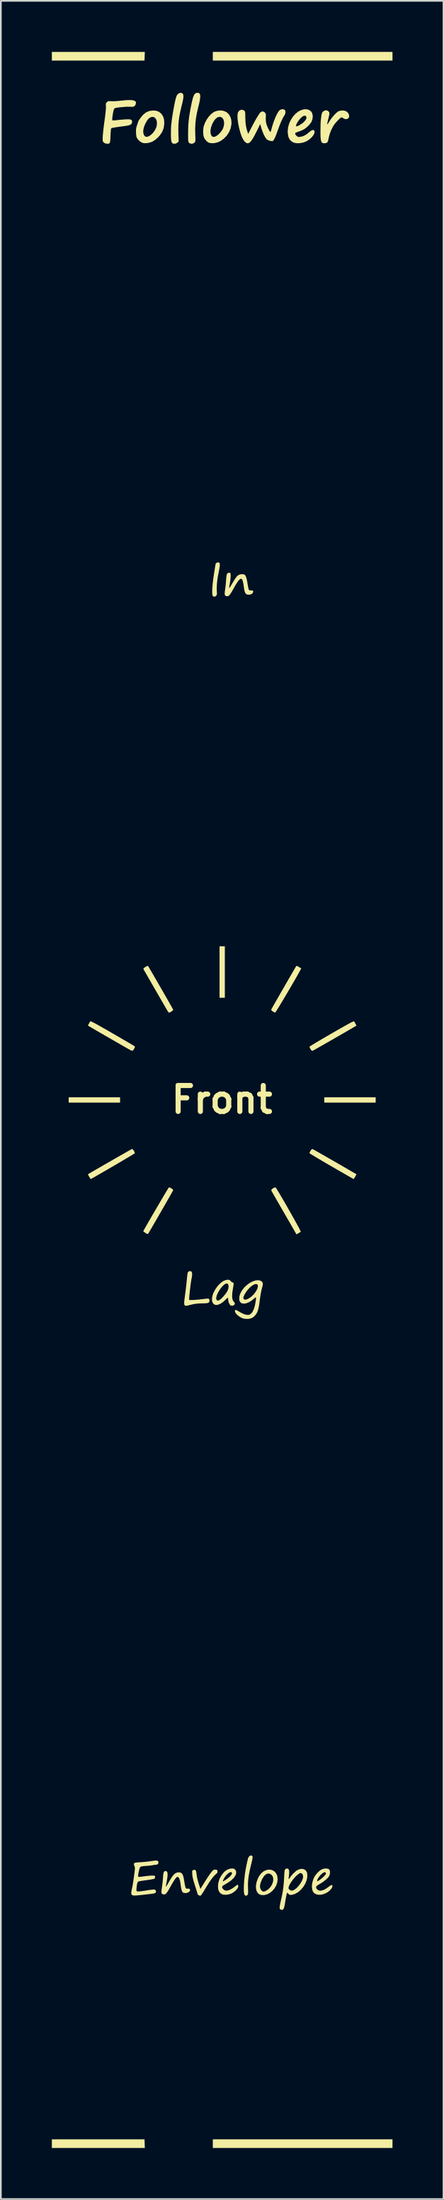
<source format=kicad_pcb>
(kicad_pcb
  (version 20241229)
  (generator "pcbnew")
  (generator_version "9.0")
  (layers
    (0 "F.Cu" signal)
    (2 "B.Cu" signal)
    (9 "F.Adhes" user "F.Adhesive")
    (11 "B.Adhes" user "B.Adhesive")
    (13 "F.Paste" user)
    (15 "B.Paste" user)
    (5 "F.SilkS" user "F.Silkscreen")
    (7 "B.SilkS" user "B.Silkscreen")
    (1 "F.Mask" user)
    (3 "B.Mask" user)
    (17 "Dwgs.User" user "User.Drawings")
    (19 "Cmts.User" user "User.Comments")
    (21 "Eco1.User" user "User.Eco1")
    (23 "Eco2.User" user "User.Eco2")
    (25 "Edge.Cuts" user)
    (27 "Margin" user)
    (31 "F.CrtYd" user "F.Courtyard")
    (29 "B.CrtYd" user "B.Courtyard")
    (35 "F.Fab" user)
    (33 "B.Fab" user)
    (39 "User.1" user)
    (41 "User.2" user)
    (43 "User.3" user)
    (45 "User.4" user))
  (footprint "Front"
    (layer "F.Cu")
    (at 10.002 61.565)
    (property "Reference" "Front" (at 0 0 0) (layer "F.SilkS") (effects (font (size 1.524 1.524) (thickness 0.3))))
    (attr board_only exclude_from_pos_files exclude_from_bom)
    (fp_poly (pts (xy -5.99 0.17) (xy -9.013 0.17) (xy -9.013 -0.141) (xy -5.99 -0.141)) (stroke (width 0) (type solid)) (fill yes) (layer "F.SilkS"))
    (fp_poly (pts (xy 0.17 -5.99) (xy -0.141 -5.99) (xy -0.141 -9.013) (xy 0.17 -9.013)) (stroke (width 0) (type solid)) (fill yes) (layer "F.SilkS"))
    (fp_poly (pts (xy 9.041 0.17) (xy 6.018 0.17) (xy 6.018 -0.141) (xy 9.041 -0.141)) (stroke (width 0) (type solid)) (fill yes) (layer "F.SilkS"))
    (fp_poly (pts (xy 10.03 -61.056) (xy -0.537 -61.056) (xy -0.537 -61.565) (xy 10.03 -61.565)) (stroke (width 0) (type solid)) (fill yes) (layer "F.SilkS"))
    (fp_poly (pts (xy 10.03 61.593) (xy -0.537 61.593) (xy -0.537 61.084) (xy 10.03 61.084)) (stroke (width 0) (type solid)) (fill yes) (layer "F.SilkS"))
    (fp_poly (pts (xy -4.544 -61.31) (xy -4.553 -61.056) (xy -10.002 -61.056) (xy -10.002 -61.565) (xy -4.535 -61.565)) (stroke (width 0) (type solid)) (fill yes) (layer "F.SilkS"))
    (fp_poly (pts (xy -4.544 61.339) (xy -4.535 61.593) (xy -7.268 61.593) (xy -10.002 61.593) (xy -10.002 61.084) (xy -4.553 61.084)) (stroke (width 0) (type solid)) (fill yes) (layer "F.SilkS"))
    (fp_poly (pts (xy -0.185 -31.57) (xy -0.147 -31.54) (xy -0.126 -31.481) (xy -0.125 -31.388) (xy -0.142 -31.253) (xy -0.177 -31.072) (xy -0.178 -31.067) (xy -0.253 -30.671) (xy -0.296 -30.321) (xy -0.306 -30.016) (xy -0.302 -29.915) (xy -0.296 -29.792) (xy -0.296 -29.711) (xy -0.306 -29.66) (xy -0.326 -29.625) (xy -0.341 -29.608) (xy -0.416 -29.561) (xy -0.49 -29.562) (xy -0.537 -29.596) (xy -0.558 -29.654) (xy -0.57 -29.76) (xy -0.571 -29.907) (xy -0.564 -30.087) (xy -0.547 -30.292) (xy -0.521 -30.517) (xy -0.51 -30.599) (xy -0.481 -30.798) (xy -0.453 -30.988) (xy -0.426 -31.16) (xy -0.402 -31.307) (xy -0.382 -31.421) (xy -0.367 -31.494) (xy -0.36 -31.518) (xy -0.293 -31.555) (xy -0.221 -31.573)) (stroke (width 0) (type solid)) (fill yes) (layer "F.SilkS"))
    (fp_poly (pts (xy 1.744 44.412) (xy 1.759 44.419) (xy 1.784 44.438) (xy 1.799 44.468) (xy 1.803 44.517) (xy 1.795 44.591) (xy 1.774 44.699) (xy 1.739 44.847) (xy 1.698 45.011) (xy 1.625 45.322) (xy 1.574 45.596) (xy 1.542 45.846) (xy 1.53 46.085) (xy 1.534 46.327) (xy 1.534 46.337) (xy 1.54 46.495) (xy 1.538 46.607) (xy 1.527 46.681) (xy 1.503 46.728) (xy 1.464 46.757) (xy 1.435 46.769) (xy 1.376 46.765) (xy 1.346 46.746) (xy 1.314 46.68) (xy 1.293 46.562) (xy 1.285 46.395) (xy 1.29 46.183) (xy 1.306 45.927) (xy 1.335 45.632) (xy 1.342 45.573) (xy 1.358 45.454) (xy 1.382 45.308) (xy 1.411 45.146) (xy 1.443 44.982) (xy 1.475 44.827) (xy 1.505 44.694) (xy 1.53 44.596) (xy 1.543 44.555) (xy 1.599 44.46) (xy 1.669 44.41)) (stroke (width 0) (type solid)) (fill yes) (layer "F.SilkS"))
    (fp_poly (pts (xy 3.156 5.16) (xy 3.182 5.191) (xy 3.23 5.265) (xy 3.3 5.377) (xy 3.386 5.52) (xy 3.486 5.69) (xy 3.598 5.88) (xy 3.717 6.085) (xy 3.84 6.3) (xy 3.965 6.519) (xy 4.088 6.736) (xy 4.206 6.946) (xy 4.316 7.144) (xy 4.415 7.323) (xy 4.499 7.478) (xy 4.566 7.604) (xy 4.611 7.696) (xy 4.633 7.746) (xy 4.634 7.755) (xy 4.595 7.787) (xy 4.527 7.831) (xy 4.496 7.849) (xy 4.384 7.912) (xy 4.046 7.325) (xy 3.932 7.128) (xy 3.799 6.898) (xy 3.656 6.65) (xy 3.512 6.401) (xy 3.377 6.167) (xy 3.313 6.056) (xy 3.209 5.877) (xy 3.115 5.711) (xy 3.033 5.567) (xy 2.967 5.451) (xy 2.922 5.37) (xy 2.902 5.33) (xy 2.901 5.329) (xy 2.912 5.287) (xy 2.959 5.238) (xy 3.025 5.192) (xy 3.093 5.161) (xy 3.147 5.156)) (stroke (width 0) (type solid)) (fill yes) (layer "F.SilkS"))
    (fp_poly (pts (xy 5.333 2.902) (xy 5.366 2.919) (xy 5.442 2.961) (xy 5.557 3.025) (xy 5.703 3.108) (xy 5.876 3.207) (xy 6.07 3.318) (xy 6.28 3.438) (xy 6.499 3.563) (xy 6.723 3.692) (xy 6.946 3.82) (xy 7.162 3.945) (xy 7.366 4.063) (xy 7.551 4.171) (xy 7.651 4.229) (xy 7.913 4.382) (xy 7.837 4.522) (xy 7.793 4.598) (xy 7.758 4.648) (xy 7.744 4.661) (xy 7.717 4.647) (xy 7.646 4.607) (xy 7.535 4.544) (xy 7.389 4.461) (xy 7.212 4.36) (xy 7.01 4.244) (xy 6.786 4.115) (xy 6.546 3.976) (xy 6.443 3.917) (xy 6.197 3.774) (xy 5.966 3.639) (xy 5.755 3.514) (xy 5.568 3.403) (xy 5.41 3.308) (xy 5.285 3.232) (xy 5.198 3.178) (xy 5.154 3.147) (xy 5.149 3.143) (xy 5.157 3.102) (xy 5.189 3.035) (xy 5.211 2.998) (xy 5.264 2.926) (xy 5.307 2.899)) (stroke (width 0) (type solid)) (fill yes) (layer "F.SilkS"))
    (fp_poly (pts (xy 7.774 -4.602) (xy 7.803 -4.553) (xy 7.844 -4.479) (xy 7.856 -4.458) (xy 7.911 -4.353) (xy 7.65 -4.2) (xy 7.477 -4.1) (xy 7.284 -3.987) (xy 7.075 -3.866) (xy 6.855 -3.74) (xy 6.632 -3.611) (xy 6.409 -3.483) (xy 6.193 -3.359) (xy 5.989 -3.243) (xy 5.802 -3.137) (xy 5.64 -3.044) (xy 5.506 -2.969) (xy 5.406 -2.913) (xy 5.347 -2.881) (xy 5.333 -2.874) (xy 5.292 -2.876) (xy 5.246 -2.918) (xy 5.211 -2.97) (xy 5.17 -3.044) (xy 5.151 -3.101) (xy 5.151 -3.118) (xy 5.177 -3.138) (xy 5.248 -3.183) (xy 5.359 -3.251) (xy 5.505 -3.339) (xy 5.681 -3.444) (xy 5.884 -3.563) (xy 6.108 -3.694) (xy 6.349 -3.834) (xy 6.456 -3.896) (xy 6.752 -4.066) (xy 7.003 -4.209) (xy 7.211 -4.328) (xy 7.381 -4.422) (xy 7.516 -4.495) (xy 7.619 -4.548) (xy 7.693 -4.583) (xy 7.741 -4.602) (xy 7.768 -4.605)) (stroke (width 0) (type solid)) (fill yes) (layer "F.SilkS"))
    (fp_poly (pts (xy -1.358 -59.15) (xy -1.308 -59.109) (xy -1.28 -59.034) (xy -1.275 -58.923) (xy -1.292 -58.772) (xy -1.33 -58.575) (xy -1.382 -58.363) (xy -1.469 -57.994) (xy -1.528 -57.656) (xy -1.563 -57.334) (xy -1.575 -57.011) (xy -1.569 -56.751) (xy -1.563 -56.582) (xy -1.559 -56.461) (xy -1.56 -56.377) (xy -1.566 -56.321) (xy -1.577 -56.284) (xy -1.596 -56.255) (xy -1.614 -56.235) (xy -1.697 -56.182) (xy -1.796 -56.167) (xy -1.89 -56.191) (xy -1.938 -56.228) (xy -1.957 -56.253) (xy -1.971 -56.287) (xy -1.981 -56.337) (xy -1.986 -56.412) (xy -1.989 -56.521) (xy -1.99 -56.671) (xy -1.99 -56.814) (xy -1.986 -57.065) (xy -1.976 -57.296) (xy -1.956 -57.522) (xy -1.928 -57.755) (xy -1.887 -58.01) (xy -1.834 -58.299) (xy -1.806 -58.441) (xy -1.758 -58.666) (xy -1.714 -58.841) (xy -1.67 -58.971) (xy -1.623 -59.063) (xy -1.571 -59.121) (xy -1.51 -59.153) (xy -1.437 -59.163) (xy -1.431 -59.163)) (stroke (width 0) (type solid)) (fill yes) (layer "F.SilkS"))
    (fp_poly (pts (xy 4.409 -7.859) (xy 4.472 -7.832) (xy 4.53 -7.798) (xy 4.663 -7.714) (xy 4.607 -7.607) (xy 4.549 -7.5) (xy 4.471 -7.361) (xy 4.377 -7.195) (xy 4.269 -7.008) (xy 4.152 -6.805) (xy 4.028 -6.593) (xy 3.9 -6.375) (xy 3.772 -6.159) (xy 3.647 -5.949) (xy 3.529 -5.751) (xy 3.42 -5.571) (xy 3.324 -5.413) (xy 3.244 -5.285) (xy 3.184 -5.19) (xy 3.147 -5.135) (xy 3.136 -5.123) (xy 3.088 -5.133) (xy 3.017 -5.168) (xy 2.989 -5.186) (xy 2.919 -5.242) (xy 2.898 -5.289) (xy 2.901 -5.301) (xy 2.918 -5.333) (xy 2.96 -5.409) (xy 3.024 -5.522) (xy 3.106 -5.667) (xy 3.204 -5.837) (xy 3.313 -6.028) (xy 3.431 -6.234) (xy 3.555 -6.449) (xy 3.681 -6.667) (xy 3.805 -6.883) (xy 3.926 -7.091) (xy 4.038 -7.285) (xy 4.14 -7.461) (xy 4.228 -7.611) (xy 4.298 -7.732) (xy 4.348 -7.816) (xy 4.374 -7.858) (xy 4.377 -7.862)) (stroke (width 0) (type solid)) (fill yes) (layer "F.SilkS"))
    (fp_poly (pts (xy -5.264 2.904) (xy -5.219 2.945) (xy -5.182 2.998) (xy -5.142 3.072) (xy -5.122 3.13) (xy -5.123 3.146) (xy -5.148 3.164) (xy -5.217 3.207) (xy -5.324 3.272) (xy -5.463 3.356) (xy -5.629 3.454) (xy -5.816 3.565) (xy -6.019 3.685) (xy -6.233 3.81) (xy -6.451 3.937) (xy -6.669 4.064) (xy -6.88 4.187) (xy -7.08 4.302) (xy -7.262 4.407) (xy -7.421 4.498) (xy -7.552 4.572) (xy -7.649 4.626) (xy -7.706 4.656) (xy -7.72 4.662) (xy -7.739 4.639) (xy -7.776 4.581) (xy -7.808 4.523) (xy -7.884 4.384) (xy -7.791 4.328) (xy -7.726 4.289) (xy -7.622 4.228) (xy -7.485 4.149) (xy -7.32 4.053) (xy -7.134 3.946) (xy -6.933 3.83) (xy -6.721 3.708) (xy -6.504 3.584) (xy -6.29 3.461) (xy -6.082 3.342) (xy -5.887 3.231) (xy -5.711 3.131) (xy -5.56 3.045) (xy -5.438 2.976) (xy -5.353 2.928) (xy -5.309 2.904) (xy -5.304 2.902)) (stroke (width 0) (type solid)) (fill yes) (layer "F.SilkS"))
    (fp_poly (pts (xy -7.695 -4.596) (xy -7.637 -4.572) (xy -7.552 -4.53) (xy -7.437 -4.469) (xy -7.289 -4.388) (xy -7.104 -4.284) (xy -6.879 -4.156) (xy -6.611 -4.002) (xy -6.464 -3.917) (xy -6.219 -3.776) (xy -5.988 -3.642) (xy -5.776 -3.518) (xy -5.586 -3.408) (xy -5.426 -3.314) (xy -5.298 -3.239) (xy -5.208 -3.185) (xy -5.161 -3.157) (xy -5.156 -3.153) (xy -5.123 -3.126) (xy -5.117 -3.097) (xy -5.138 -3.047) (xy -5.157 -3.01) (xy -5.209 -2.922) (xy -5.253 -2.881) (xy -5.303 -2.879) (xy -5.376 -2.91) (xy -5.384 -2.914) (xy -5.432 -2.941) (xy -5.523 -2.993) (xy -5.65 -3.065) (xy -5.808 -3.155) (xy -5.989 -3.259) (xy -6.187 -3.373) (xy -6.396 -3.493) (xy -6.611 -3.617) (xy -6.824 -3.739) (xy -7.029 -3.858) (xy -7.22 -3.968) (xy -7.391 -4.067) (xy -7.536 -4.151) (xy -7.621 -4.201) (xy -7.882 -4.354) (xy -7.827 -4.459) (xy -7.786 -4.534) (xy -7.752 -4.593) (xy -7.746 -4.602) (xy -7.73 -4.606)) (stroke (width 0) (type solid)) (fill yes) (layer "F.SilkS"))
    (fp_poly (pts (xy -3.077 5.158) (xy -3.008 5.188) (xy -2.97 5.211) (xy -2.898 5.264) (xy -2.871 5.306) (xy -2.874 5.332) (xy -2.891 5.365) (xy -2.934 5.441) (xy -2.998 5.554) (xy -3.08 5.699) (xy -3.178 5.87) (xy -3.287 6.061) (xy -3.405 6.267) (xy -3.529 6.482) (xy -3.655 6.7) (xy -3.779 6.916) (xy -3.899 7.123) (xy -4.012 7.318) (xy -4.114 7.493) (xy -4.201 7.643) (xy -4.271 7.762) (xy -4.321 7.845) (xy -4.346 7.887) (xy -4.349 7.89) (xy -4.381 7.888) (xy -4.444 7.86) (xy -4.502 7.826) (xy -4.573 7.776) (xy -4.617 7.737) (xy -4.625 7.72) (xy -4.573 7.626) (xy -4.501 7.497) (xy -4.411 7.34) (xy -4.307 7.159) (xy -4.192 6.96) (xy -4.069 6.749) (xy -3.941 6.53) (xy -3.813 6.31) (xy -3.686 6.095) (xy -3.564 5.888) (xy -3.451 5.696) (xy -3.349 5.525) (xy -3.262 5.379) (xy -3.192 5.265) (xy -3.144 5.188) (xy -3.121 5.153) (xy -3.119 5.151)) (stroke (width 0) (type solid)) (fill yes) (layer "F.SilkS"))
    (fp_poly (pts (xy -2.332 -59.133) (xy -2.307 -59.111) (xy -2.279 -59.065) (xy -2.265 -58.998) (xy -2.266 -58.906) (xy -2.284 -58.78) (xy -2.317 -58.615) (xy -2.368 -58.404) (xy -2.374 -58.382) (xy -2.45 -58.061) (xy -2.505 -57.775) (xy -2.542 -57.51) (xy -2.561 -57.248) (xy -2.565 -56.974) (xy -2.561 -56.781) (xy -2.544 -56.306) (xy -2.613 -56.237) (xy -2.691 -56.188) (xy -2.786 -56.167) (xy -2.874 -56.177) (xy -2.899 -56.19) (xy -2.937 -56.226) (xy -2.965 -56.281) (xy -2.984 -56.364) (xy -2.995 -56.482) (xy -2.999 -56.643) (xy -3 -56.753) (xy -2.999 -56.909) (xy -2.995 -57.053) (xy -2.991 -57.172) (xy -2.986 -57.251) (xy -2.984 -57.265) (xy -2.972 -57.353) (xy -2.959 -57.466) (xy -2.952 -57.536) (xy -2.936 -57.66) (xy -2.911 -57.826) (xy -2.879 -58.017) (xy -2.843 -58.22) (xy -2.805 -58.42) (xy -2.769 -58.603) (xy -2.736 -58.752) (xy -2.698 -58.894) (xy -2.661 -58.993) (xy -2.618 -59.062) (xy -2.598 -59.084) (xy -2.508 -59.145) (xy -2.415 -59.162)) (stroke (width 0) (type solid)) (fill yes) (layer "F.SilkS"))
    (fp_poly (pts (xy -4.348 -7.862) (xy -4.33 -7.833) (xy -4.287 -7.76) (xy -4.222 -7.65) (xy -4.139 -7.508) (xy -4.041 -7.339) (xy -3.931 -7.15) (xy -3.812 -6.945) (xy -3.689 -6.731) (xy -3.563 -6.513) (xy -3.438 -6.297) (xy -3.319 -6.088) (xy -3.206 -5.892) (xy -3.105 -5.715) (xy -3.018 -5.562) (xy -2.949 -5.44) (xy -2.9 -5.353) (xy -2.876 -5.307) (xy -2.874 -5.303) (xy -2.877 -5.261) (xy -2.923 -5.214) (xy -2.967 -5.184) (xy -3.051 -5.135) (xy -3.105 -5.118) (xy -3.142 -5.134) (xy -3.175 -5.177) (xy -3.197 -5.215) (xy -3.244 -5.295) (xy -3.313 -5.412) (xy -3.399 -5.561) (xy -3.5 -5.735) (xy -3.612 -5.929) (xy -3.731 -6.136) (xy -3.855 -6.35) (xy -3.98 -6.567) (xy -4.103 -6.779) (xy -4.219 -6.981) (xy -4.326 -7.167) (xy -4.421 -7.332) (xy -4.499 -7.468) (xy -4.558 -7.571) (xy -4.593 -7.634) (xy -4.602 -7.65) (xy -4.617 -7.689) (xy -4.607 -7.72) (xy -4.563 -7.758) (xy -4.502 -7.798) (xy -4.426 -7.841) (xy -4.369 -7.863)) (stroke (width 0) (type solid)) (fill yes) (layer "F.SilkS"))
    (fp_poly (pts (xy 2.874 45.246) (xy 3.008 45.291) (xy 3.123 45.376) (xy 3.211 45.501) (xy 3.252 45.61) (xy 3.276 45.798) (xy 3.254 45.988) (xy 3.191 46.17) (xy 3.093 46.34) (xy 2.966 46.488) (xy 2.817 46.608) (xy 2.651 46.693) (xy 2.475 46.735) (xy 2.31 46.73) (xy 2.187 46.684) (xy 2.093 46.596) (xy 2.031 46.474) (xy 2.001 46.323) (xy 2.003 46.17) (xy 2.238 46.17) (xy 2.245 46.312) (xy 2.298 46.428) (xy 2.331 46.466) (xy 2.394 46.516) (xy 2.456 46.53) (xy 2.535 46.508) (xy 2.595 46.48) (xy 2.734 46.386) (xy 2.849 46.266) (xy 2.938 46.127) (xy 2.996 45.981) (xy 3.02 45.835) (xy 3.008 45.7) (xy 2.955 45.586) (xy 2.913 45.539) (xy 2.808 45.476) (xy 2.7 45.466) (xy 2.592 45.51) (xy 2.486 45.606) (xy 2.388 45.752) (xy 2.363 45.799) (xy 2.278 46) (xy 2.238 46.17) (xy 2.003 46.17) (xy 2.003 46.152) (xy 2.039 45.966) (xy 2.108 45.771) (xy 2.187 45.618) (xy 2.301 45.464) (xy 2.434 45.35) (xy 2.579 45.275) (xy 2.728 45.24)) (stroke (width 0) (type solid)) (fill yes) (layer "F.SilkS"))
    (fp_poly (pts (xy -0.376 45.239) (xy -0.305 45.25) (xy -0.272 45.277) (xy -0.26 45.334) (xy -0.26 45.336) (xy -0.263 45.399) (xy -0.296 45.452) (xy -0.352 45.5) (xy -0.459 45.6) (xy -0.585 45.754) (xy -0.731 45.96) (xy -0.896 46.219) (xy -0.977 46.354) (xy -1.059 46.489) (xy -1.133 46.606) (xy -1.195 46.697) (xy -1.237 46.754) (xy -1.253 46.768) (xy -1.306 46.768) (xy -1.359 46.75) (xy -1.414 46.704) (xy -1.436 46.66) (xy -1.447 46.615) (xy -1.474 46.527) (xy -1.511 46.406) (xy -1.557 46.263) (xy -1.588 46.166) (xy -1.655 45.954) (xy -1.701 45.782) (xy -1.731 45.639) (xy -1.745 45.515) (xy -1.745 45.51) (xy -1.751 45.4) (xy -1.75 45.332) (xy -1.739 45.296) (xy -1.714 45.276) (xy -1.692 45.266) (xy -1.614 45.248) (xy -1.56 45.264) (xy -1.524 45.32) (xy -1.502 45.423) (xy -1.493 45.506) (xy -1.471 45.657) (xy -1.431 45.838) (xy -1.377 46.028) (xy -1.37 46.051) (xy -1.266 46.373) (xy -1.181 46.234) (xy -1.039 46.005) (xy -0.907 45.798) (xy -0.791 45.622) (xy -0.693 45.48) (xy -0.617 45.379) (xy -0.588 45.345) (xy -0.521 45.277) (xy -0.468 45.245) (xy -0.409 45.237)) (stroke (width 0) (type solid)) (fill yes) (layer "F.SilkS"))
    (fp_poly (pts (xy -1.828 10.077) (xy -1.812 10.085) (xy -1.768 10.139) (xy -1.751 10.238) (xy -1.761 10.376) (xy -1.779 10.468) (xy -1.798 10.566) (xy -1.819 10.697) (xy -1.841 10.85) (xy -1.862 11.017) (xy -1.882 11.187) (xy -1.9 11.352) (xy -1.915 11.501) (xy -1.924 11.625) (xy -1.929 11.714) (xy -1.926 11.759) (xy -1.924 11.762) (xy -1.886 11.77) (xy -1.801 11.771) (xy -1.678 11.767) (xy -1.527 11.757) (xy -1.356 11.742) (xy -1.176 11.722) (xy -1.003 11.701) (xy -0.878 11.687) (xy -0.798 11.69) (xy -0.754 11.712) (xy -0.737 11.758) (xy -0.735 11.796) (xy -0.74 11.86) (xy -0.762 11.906) (xy -0.809 11.936) (xy -0.889 11.955) (xy -1.009 11.964) (xy -1.169 11.967) (xy -1.38 11.974) (xy -1.558 11.992) (xy -1.726 12.024) (xy -1.766 12.033) (xy -1.905 12.068) (xy -2 12.091) (xy -2.062 12.103) (xy -2.101 12.108) (xy -2.128 12.107) (xy -2.153 12.101) (xy -2.154 12.101) (xy -2.189 12.082) (xy -2.211 12.042) (xy -2.22 11.973) (xy -2.217 11.868) (xy -2.202 11.722) (xy -2.179 11.55) (xy -2.154 11.366) (xy -2.127 11.151) (xy -2.102 10.929) (xy -2.08 10.725) (xy -2.077 10.694) (xy -2.061 10.535) (xy -2.046 10.393) (xy -2.032 10.277) (xy -2.022 10.2) (xy -2.018 10.177) (xy -1.978 10.109) (xy -1.908 10.072)) (stroke (width 0) (type solid)) (fill yes) (layer "F.SilkS"))
    (fp_poly (pts (xy 0.124 -58.093) (xy 0.276 -58.021) (xy 0.398 -57.909) (xy 0.428 -57.867) (xy 0.507 -57.716) (xy 0.55 -57.563) (xy 0.561 -57.39) (xy 0.556 -57.304) (xy 0.512 -57.072) (xy 0.417 -56.848) (xy 0.28 -56.641) (xy 0.105 -56.462) (xy -0.1 -56.319) (xy -0.12 -56.308) (xy -0.269 -56.247) (xy -0.432 -56.209) (xy -0.59 -56.199) (xy -0.727 -56.217) (xy -0.777 -56.235) (xy -0.898 -56.318) (xy -1.002 -56.44) (xy -1.06 -56.547) (xy -1.088 -56.652) (xy -1.102 -56.792) (xy -1.102 -56.818) (xy -0.674 -56.818) (xy -0.642 -56.69) (xy -0.636 -56.678) (xy -0.579 -56.599) (xy -0.508 -56.568) (xy -0.414 -56.583) (xy -0.352 -56.609) (xy -0.259 -56.67) (xy -0.155 -56.766) (xy -0.055 -56.879) (xy 0.025 -56.993) (xy 0.057 -57.053) (xy 0.11 -57.213) (xy 0.129 -57.367) (xy 0.116 -57.506) (xy 0.073 -57.621) (xy 0.003 -57.704) (xy -0.091 -57.747) (xy -0.135 -57.75) (xy -0.25 -57.726) (xy -0.358 -57.65) (xy -0.464 -57.521) (xy -0.477 -57.501) (xy -0.57 -57.328) (xy -0.636 -57.149) (xy -0.671 -56.975) (xy -0.674 -56.818) (xy -1.102 -56.818) (xy -1.103 -56.946) (xy -1.091 -57.095) (xy -1.072 -57.192) (xy -0.999 -57.395) (xy -0.896 -57.591) (xy -0.77 -57.769) (xy -0.63 -57.918) (xy -0.484 -58.027) (xy -0.421 -58.06) (xy -0.235 -58.115) (xy -0.05 -58.126)) (stroke (width 0) (type solid)) (fill yes) (layer "F.SilkS"))
    (fp_poly (pts (xy -3.853 -58.104) (xy -3.701 -58.045) (xy -3.576 -57.942) (xy -3.531 -57.887) (xy -3.457 -57.762) (xy -3.412 -57.627) (xy -3.394 -57.466) (xy -3.395 -57.314) (xy -3.43 -57.083) (xy -3.512 -56.869) (xy -3.647 -56.668) (xy -3.761 -56.541) (xy -3.945 -56.383) (xy -4.13 -56.276) (xy -4.323 -56.217) (xy -4.43 -56.205) (xy -4.546 -56.201) (xy -4.632 -56.212) (xy -4.711 -56.241) (xy -4.746 -56.258) (xy -4.849 -56.329) (xy -4.941 -56.423) (xy -4.956 -56.444) (xy -4.999 -56.511) (xy -5.025 -56.575) (xy -5.04 -56.656) (xy -5.05 -56.769) (xy -5.052 -56.811) (xy -5.055 -56.947) (xy -5.054 -56.964) (xy -4.627 -56.964) (xy -4.626 -56.808) (xy -4.586 -56.681) (xy -4.545 -56.622) (xy -4.469 -56.576) (xy -4.373 -56.581) (xy -4.254 -56.635) (xy -4.196 -56.674) (xy -4.069 -56.791) (xy -3.956 -56.941) (xy -3.873 -57.102) (xy -3.838 -57.214) (xy -3.82 -57.384) (xy -3.84 -57.526) (xy -3.89 -57.636) (xy -3.964 -57.711) (xy -4.056 -57.747) (xy -4.157 -57.74) (xy -4.263 -57.687) (xy -4.367 -57.583) (xy -4.402 -57.532) (xy -4.514 -57.333) (xy -4.589 -57.141) (xy -4.627 -56.964) (xy -5.054 -56.964) (xy -5.048 -57.053) (xy -5.027 -57.153) (xy -4.99 -57.27) (xy -4.954 -57.373) (xy -4.926 -57.457) (xy -4.91 -57.506) (xy -4.909 -57.51) (xy -4.888 -57.55) (xy -4.886 -57.553) (xy -4.862 -57.582) (xy -4.818 -57.643) (xy -4.782 -57.697) (xy -4.63 -57.881) (xy -4.461 -58.013) (xy -4.272 -58.093) (xy -4.062 -58.122) (xy -4.041 -58.123)) (stroke (width 0) (type solid)) (fill yes) (layer "F.SilkS"))
    (fp_poly (pts (xy 6.206 45.179) (xy 6.289 45.211) (xy 6.3 45.219) (xy 6.345 45.295) (xy 6.359 45.401) (xy 6.341 45.52) (xy 6.293 45.635) (xy 6.289 45.642) (xy 6.217 45.732) (xy 6.106 45.835) (xy 5.968 45.943) (xy 5.814 46.045) (xy 5.7 46.111) (xy 5.593 46.18) (xy 5.541 46.247) (xy 5.542 46.317) (xy 5.594 46.394) (xy 5.607 46.408) (xy 5.703 46.466) (xy 5.824 46.476) (xy 5.967 46.438) (xy 6.128 46.353) (xy 6.264 46.255) (xy 6.346 46.195) (xy 6.415 46.153) (xy 6.455 46.138) (xy 6.49 46.16) (xy 6.496 46.216) (xy 6.475 46.291) (xy 6.445 46.345) (xy 6.331 46.477) (xy 6.184 46.584) (xy 6.017 46.664) (xy 5.843 46.71) (xy 5.676 46.717) (xy 5.552 46.69) (xy 5.433 46.626) (xy 5.354 46.532) (xy 5.313 46.425) (xy 5.289 46.249) (xy 5.305 46.05) (xy 5.345 45.896) (xy 5.594 45.896) (xy 5.613 45.914) (xy 5.667 45.895) (xy 5.748 45.845) (xy 5.851 45.766) (xy 5.934 45.694) (xy 6.037 45.596) (xy 6.098 45.522) (xy 6.119 45.467) (xy 6.105 45.424) (xy 6.095 45.412) (xy 6.059 45.386) (xy 6.017 45.391) (xy 5.97 45.413) (xy 5.882 45.474) (xy 5.79 45.564) (xy 5.705 45.667) (xy 5.638 45.771) (xy 5.599 45.86) (xy 5.594 45.896) (xy 5.345 45.896) (xy 5.358 45.844) (xy 5.427 45.681) (xy 5.501 45.566) (xy 5.602 45.444) (xy 5.714 45.333) (xy 5.822 45.25) (xy 5.857 45.23) (xy 5.971 45.189) (xy 6.093 45.172)) (stroke (width 0) (type solid)) (fill yes) (layer "F.SilkS"))
    (fp_poly (pts (xy 0.66 45.175) (xy 0.72 45.191) (xy 0.767 45.229) (xy 0.785 45.249) (xy 0.835 45.348) (xy 0.836 45.463) (xy 0.791 45.588) (xy 0.7 45.719) (xy 0.568 45.849) (xy 0.501 45.902) (xy 0.397 45.974) (xy 0.294 46.041) (xy 0.213 46.087) (xy 0.212 46.088) (xy 0.092 46.155) (xy 0.024 46.214) (xy 0.005 46.272) (xy 0.032 46.336) (xy 0.083 46.395) (xy 0.171 46.459) (xy 0.259 46.477) (xy 0.371 46.457) (xy 0.506 46.402) (xy 0.649 46.319) (xy 0.773 46.226) (xy 0.847 46.168) (xy 0.907 46.132) (xy 0.935 46.126) (xy 0.953 46.163) (xy 0.961 46.226) (xy 0.938 46.301) (xy 0.876 46.391) (xy 0.786 46.484) (xy 0.68 46.57) (xy 0.568 46.637) (xy 0.565 46.638) (xy 0.417 46.69) (xy 0.255 46.715) (xy 0.104 46.712) (xy 0.06 46.704) (xy -0.024 46.668) (xy -0.107 46.609) (xy -0.118 46.599) (xy -0.186 46.493) (xy -0.225 46.35) (xy -0.232 46.183) (xy -0.209 46.002) (xy -0.182 45.909) (xy 0.053 45.909) (xy 0.064 45.927) (xy 0.108 45.91) (xy 0.189 45.858) (xy 0.302 45.78) (xy 0.428 45.682) (xy 0.521 45.588) (xy 0.578 45.505) (xy 0.595 45.439) (xy 0.568 45.394) (xy 0.553 45.387) (xy 0.487 45.389) (xy 0.402 45.432) (xy 0.309 45.508) (xy 0.218 45.609) (xy 0.138 45.725) (xy 0.113 45.771) (xy 0.071 45.857) (xy 0.053 45.909) (xy -0.182 45.909) (xy -0.155 45.819) (xy -0.121 45.738) (xy -0.000058 45.529) (xy 0.14 45.365) (xy 0.295 45.25) (xy 0.461 45.186) (xy 0.566 45.173)) (stroke (width 0) (type solid)) (fill yes) (layer "F.SilkS"))
    (fp_poly (pts (xy 5.066 -58.174) (xy 5.113 -58.157) (xy 5.229 -58.085) (xy 5.303 -57.979) (xy 5.337 -57.833) (xy 5.34 -57.768) (xy 5.322 -57.604) (xy 5.263 -57.454) (xy 5.159 -57.307) (xy 5.061 -57.205) (xy 4.935 -57.095) (xy 4.812 -57.011) (xy 4.672 -56.942) (xy 4.496 -56.878) (xy 4.483 -56.874) (xy 4.372 -56.833) (xy 4.312 -56.794) (xy 4.301 -56.749) (xy 4.336 -56.691) (xy 4.381 -56.643) (xy 4.439 -56.591) (xy 4.492 -56.568) (xy 4.564 -56.568) (xy 4.605 -56.573) (xy 4.796 -56.622) (xy 4.981 -56.725) (xy 5.111 -56.833) (xy 5.229 -56.928) (xy 5.324 -56.974) (xy 5.395 -56.97) (xy 5.423 -56.947) (xy 5.45 -56.874) (xy 5.433 -56.78) (xy 5.379 -56.674) (xy 5.294 -56.564) (xy 5.183 -56.456) (xy 5.051 -56.36) (xy 4.951 -56.304) (xy 4.782 -56.24) (xy 4.6 -56.205) (xy 4.421 -56.199) (xy 4.263 -56.223) (xy 4.194 -56.248) (xy 4.061 -56.333) (xy 3.964 -56.447) (xy 3.902 -56.597) (xy 3.872 -56.788) (xy 3.868 -56.921) (xy 3.892 -57.144) (xy 3.912 -57.212) (xy 4.357 -57.212) (xy 4.373 -57.19) (xy 4.418 -57.196) (xy 4.499 -57.232) (xy 4.582 -57.275) (xy 4.71 -57.357) (xy 4.823 -57.452) (xy 4.91 -57.552) (xy 4.962 -57.645) (xy 4.973 -57.697) (xy 4.952 -57.776) (xy 4.897 -57.816) (xy 4.816 -57.811) (xy 4.78 -57.795) (xy 4.683 -57.726) (xy 4.58 -57.62) (xy 4.483 -57.495) (xy 4.406 -57.369) (xy 4.364 -57.263) (xy 4.357 -57.212) (xy 3.912 -57.212) (xy 3.957 -57.368) (xy 4.058 -57.582) (xy 4.188 -57.777) (xy 4.34 -57.944) (xy 4.51 -58.074) (xy 4.689 -58.157) (xy 4.697 -58.16) (xy 4.839 -58.193) (xy 4.955 -58.198)) (stroke (width 0) (type solid)) (fill yes) (layer "F.SilkS"))
    (fp_poly (pts (xy -3.255 45.337) (xy -3.214 45.392) (xy -3.196 45.488) (xy -3.2 45.628) (xy -3.226 45.816) (xy -3.25 45.946) (xy -3.273 46.066) (xy -3.289 46.163) (xy -3.297 46.225) (xy -3.296 46.242) (xy -3.278 46.224) (xy -3.239 46.166) (xy -3.185 46.078) (xy -3.135 45.991) (xy -3.021 45.796) (xy -2.924 45.647) (xy -2.838 45.539) (xy -2.758 45.466) (xy -2.677 45.422) (xy -2.592 45.401) (xy -2.542 45.398) (xy -2.45 45.408) (xy -2.378 45.443) (xy -2.322 45.51) (xy -2.278 45.615) (xy -2.242 45.766) (xy -2.217 45.919) (xy -2.195 46.05) (xy -2.173 46.168) (xy -2.152 46.257) (xy -2.142 46.289) (xy -2.112 46.344) (xy -2.07 46.36) (xy -2.017 46.355) (xy -1.931 46.358) (xy -1.881 46.396) (xy -1.875 46.464) (xy -1.879 46.476) (xy -1.926 46.542) (xy -2.01 46.59) (xy -2.112 46.614) (xy -2.214 46.612) (xy -2.296 46.58) (xy -2.312 46.567) (xy -2.351 46.498) (xy -2.388 46.377) (xy -2.419 46.205) (xy -2.444 46.008) (xy -2.467 45.882) (xy -2.505 45.774) (xy -2.551 45.696) (xy -2.601 45.659) (xy -2.611 45.658) (xy -2.662 45.682) (xy -2.731 45.757) (xy -2.819 45.882) (xy -2.926 46.058) (xy -3.014 46.215) (xy -3.113 46.392) (xy -3.193 46.523) (xy -3.259 46.614) (xy -3.317 46.67) (xy -3.372 46.695) (xy -3.429 46.695) (xy -3.494 46.675) (xy -3.496 46.674) (xy -3.53 46.654) (xy -3.55 46.62) (xy -3.558 46.562) (xy -3.554 46.474) (xy -3.539 46.345) (xy -3.52 46.216) (xy -3.499 46.057) (xy -3.48 45.88) (xy -3.467 45.718) (xy -3.466 45.697) (xy -3.454 45.538) (xy -3.434 45.427) (xy -3.404 45.359) (xy -3.361 45.325) (xy -3.32 45.319)) (stroke (width 0) (type solid)) (fill yes) (layer "F.SilkS"))
    (fp_poly (pts (xy 0.451 10.596) (xy 0.521 10.66) (xy 0.526 10.666) (xy 0.575 10.717) (xy 0.622 10.736) (xy 0.659 10.744) (xy 0.68 10.771) (xy 0.686 10.828) (xy 0.677 10.92) (xy 0.654 11.058) (xy 0.648 11.091) (xy 0.61 11.338) (xy 0.598 11.537) (xy 0.611 11.693) (xy 0.651 11.81) (xy 0.716 11.891) (xy 0.757 11.951) (xy 0.753 12.013) (xy 0.713 12.066) (xy 0.648 12.1) (xy 0.567 12.106) (xy 0.52 12.093) (xy 0.468 12.047) (xy 0.42 11.964) (xy 0.384 11.861) (xy 0.368 11.757) (xy 0.367 11.744) (xy 0.363 11.675) (xy 0.353 11.635) (xy 0.352 11.634) (xy 0.326 11.646) (xy 0.274 11.69) (xy 0.205 11.758) (xy 0.193 11.77) (xy 0.067 11.884) (xy -0.069 11.977) (xy -0.202 12.039) (xy -0.317 12.064) (xy -0.324 12.064) (xy -0.435 12.041) (xy -0.516 11.974) (xy -0.568 11.872) (xy -0.588 11.74) (xy -0.585 11.716) (xy -0.336 11.716) (xy -0.305 11.776) (xy -0.267 11.804) (xy -0.222 11.804) (xy -0.152 11.773) (xy -0.143 11.769) (xy -0.068 11.715) (xy 0.025 11.626) (xy 0.124 11.517) (xy 0.218 11.401) (xy 0.294 11.29) (xy 0.325 11.235) (xy 0.373 11.109) (xy 0.391 10.992) (xy 0.381 10.893) (xy 0.344 10.824) (xy 0.282 10.793) (xy 0.271 10.793) (xy 0.206 10.815) (xy 0.122 10.876) (xy 0.028 10.965) (xy -0.065 11.073) (xy -0.123 11.155) (xy -0.227 11.327) (xy -0.298 11.483) (xy -0.335 11.614) (xy -0.336 11.716) (xy -0.585 11.716) (xy -0.574 11.586) (xy -0.526 11.415) (xy -0.486 11.321) (xy -0.365 11.102) (xy -0.223 10.912) (xy -0.068 10.759) (xy 0.093 10.648) (xy 0.223 10.596) (xy 0.354 10.576)) (stroke (width 0) (type solid)) (fill yes) (layer "F.SilkS"))
    (fp_poly (pts (xy 6.247 -58.09) (xy 6.304 -58.023) (xy 6.305 -58.021) (xy 6.317 -57.977) (xy 6.317 -57.918) (xy 6.303 -57.831) (xy 6.274 -57.706) (xy 6.262 -57.659) (xy 6.231 -57.533) (xy 6.206 -57.423) (xy 6.191 -57.343) (xy 6.188 -57.312) (xy 6.2 -57.31) (xy 6.234 -57.35) (xy 6.284 -57.425) (xy 6.319 -57.483) (xy 6.406 -57.614) (xy 6.514 -57.755) (xy 6.622 -57.879) (xy 6.638 -57.896) (xy 6.739 -57.992) (xy 6.817 -58.054) (xy 6.886 -58.091) (xy 6.952 -58.109) (xy 7.12 -58.124) (xy 7.264 -58.096) (xy 7.375 -58.03) (xy 7.449 -57.927) (xy 7.463 -57.889) (xy 7.483 -57.804) (xy 7.477 -57.744) (xy 7.456 -57.698) (xy 7.392 -57.635) (xy 7.302 -57.611) (xy 7.203 -57.63) (xy 7.145 -57.664) (xy 7.081 -57.703) (xy 7.031 -57.722) (xy 7.028 -57.722) (xy 6.991 -57.702) (xy 6.928 -57.649) (xy 6.847 -57.572) (xy 6.761 -57.481) (xy 6.677 -57.387) (xy 6.607 -57.299) (xy 6.6 -57.29) (xy 6.508 -57.141) (xy 6.42 -56.958) (xy 6.345 -56.762) (xy 6.293 -56.575) (xy 6.289 -56.56) (xy 6.261 -56.426) (xy 6.238 -56.337) (xy 6.216 -56.281) (xy 6.192 -56.247) (xy 6.16 -56.225) (xy 6.158 -56.224) (xy 6.082 -56.202) (xy 5.994 -56.198) (xy 5.916 -56.213) (xy 5.879 -56.236) (xy 5.846 -56.291) (xy 5.822 -56.369) (xy 5.806 -56.477) (xy 5.797 -56.623) (xy 5.794 -56.815) (xy 5.795 -56.917) (xy 5.797 -57.103) (xy 5.799 -57.245) (xy 5.802 -57.356) (xy 5.807 -57.447) (xy 5.813 -57.532) (xy 5.823 -57.623) (xy 5.833 -57.708) (xy 5.854 -57.859) (xy 5.881 -57.965) (xy 5.92 -58.037) (xy 5.976 -58.085) (xy 6.058 -58.121) (xy 6.082 -58.128) (xy 6.165 -58.129)) (stroke (width 0) (type solid)) (fill yes) (layer "F.SilkS"))
    (fp_poly (pts (xy 0.476 -30.955) (xy 0.495 -30.937) (xy 0.508 -30.882) (xy 0.512 -30.786) (xy 0.507 -30.661) (xy 0.494 -30.523) (xy 0.474 -30.384) (xy 0.457 -30.295) (xy 0.436 -30.19) (xy 0.424 -30.109) (xy 0.424 -30.066) (xy 0.427 -30.062) (xy 0.45 -30.085) (xy 0.493 -30.146) (xy 0.547 -30.233) (xy 0.567 -30.267) (xy 0.678 -30.456) (xy 0.769 -30.6) (xy 0.844 -30.705) (xy 0.908 -30.778) (xy 0.966 -30.824) (xy 0.969 -30.826) (xy 1.071 -30.866) (xy 1.188 -30.88) (xy 1.294 -30.867) (xy 1.327 -30.853) (xy 1.38 -30.797) (xy 1.428 -30.687) (xy 1.471 -30.522) (xy 1.509 -30.302) (xy 1.511 -30.291) (xy 1.532 -30.165) (xy 1.554 -30.058) (xy 1.575 -29.983) (xy 1.587 -29.957) (xy 1.639 -29.928) (xy 1.693 -29.922) (xy 1.778 -29.924) (xy 1.821 -29.911) (xy 1.835 -29.876) (xy 1.836 -29.852) (xy 1.811 -29.771) (xy 1.742 -29.71) (xy 1.641 -29.676) (xy 1.558 -29.672) (xy 1.478 -29.684) (xy 1.417 -29.715) (xy 1.372 -29.771) (xy 1.337 -29.86) (xy 1.309 -29.992) (xy 1.287 -30.137) (xy 1.257 -30.331) (xy 1.226 -30.471) (xy 1.192 -30.561) (xy 1.151 -30.605) (xy 1.101 -30.606) (xy 1.04 -30.567) (xy 0.992 -30.52) (xy 0.939 -30.453) (xy 0.87 -30.35) (xy 0.791 -30.224) (xy 0.713 -30.089) (xy 0.706 -30.076) (xy 0.609 -29.902) (xy 0.532 -29.773) (xy 0.47 -29.682) (xy 0.418 -29.624) (xy 0.371 -29.593) (xy 0.325 -29.582) (xy 0.315 -29.582) (xy 0.247 -29.59) (xy 0.209 -29.603) (xy 0.176 -29.646) (xy 0.162 -29.72) (xy 0.167 -29.834) (xy 0.187 -29.981) (xy 0.206 -30.116) (xy 0.224 -30.281) (xy 0.238 -30.449) (xy 0.243 -30.528) (xy 0.256 -30.683) (xy 0.273 -30.805) (xy 0.293 -30.885) (xy 0.301 -30.902) (xy 0.351 -30.947) (xy 0.418 -30.966)) (stroke (width 0) (type solid)) (fill yes) (layer "F.SilkS"))
    (fp_poly (pts (xy 3.921 45.215) (xy 3.951 45.305) (xy 3.955 45.445) (xy 3.935 45.636) (xy 3.93 45.665) (xy 3.919 45.756) (xy 3.926 45.793) (xy 3.951 45.778) (xy 3.99 45.721) (xy 4.07 45.609) (xy 4.176 45.489) (xy 4.29 45.377) (xy 4.397 45.291) (xy 4.428 45.271) (xy 4.575 45.208) (xy 4.713 45.192) (xy 4.835 45.22) (xy 4.932 45.289) (xy 4.997 45.397) (xy 5.016 45.473) (xy 5.02 45.67) (xy 4.977 45.874) (xy 4.894 46.074) (xy 4.777 46.263) (xy 4.634 46.431) (xy 4.471 46.569) (xy 4.293 46.668) (xy 4.12 46.718) (xy 4.034 46.726) (xy 3.978 46.715) (xy 3.928 46.678) (xy 3.912 46.662) (xy 3.861 46.616) (xy 3.831 46.595) (xy 3.828 46.596) (xy 3.817 46.628) (xy 3.8 46.704) (xy 3.778 46.812) (xy 3.754 46.938) (xy 3.73 47.072) (xy 3.709 47.2) (xy 3.701 47.254) (xy 3.67 47.419) (xy 3.631 47.531) (xy 3.581 47.592) (xy 3.518 47.606) (xy 3.44 47.577) (xy 3.41 47.548) (xy 3.395 47.498) (xy 3.396 47.422) (xy 3.413 47.309) (xy 3.446 47.153) (xy 3.459 47.094) (xy 3.526 46.793) (xy 3.577 46.522) (xy 3.605 46.318) (xy 3.912 46.318) (xy 3.923 46.364) (xy 3.968 46.411) (xy 3.971 46.414) (xy 4.06 46.467) (xy 4.153 46.469) (xy 4.256 46.423) (xy 4.381 46.328) (xy 4.501 46.203) (xy 4.61 46.06) (xy 4.697 45.912) (xy 4.755 45.771) (xy 4.775 45.656) (xy 4.758 45.55) (xy 4.712 45.474) (xy 4.646 45.439) (xy 4.599 45.441) (xy 4.517 45.482) (xy 4.416 45.563) (xy 4.306 45.672) (xy 4.195 45.801) (xy 4.092 45.938) (xy 4.006 46.072) (xy 3.945 46.195) (xy 3.928 46.245) (xy 3.912 46.318) (xy 3.605 46.318) (xy 3.614 46.258) (xy 3.641 45.982) (xy 3.66 45.67) (xy 3.661 45.658) (xy 3.669 45.491) (xy 3.678 45.372) (xy 3.689 45.292) (xy 3.705 45.241) (xy 3.727 45.21) (xy 3.76 45.192) (xy 3.785 45.182) (xy 3.866 45.174)) (stroke (width 0) (type solid)) (fill yes) (layer "F.SilkS"))
    (fp_poly (pts (xy 2.25 10.628) (xy 2.268 10.636) (xy 2.349 10.688) (xy 2.394 10.753) (xy 2.405 10.842) (xy 2.385 10.964) (xy 2.357 11.061) (xy 2.329 11.167) (xy 2.298 11.313) (xy 2.268 11.483) (xy 2.241 11.66) (xy 2.231 11.734) (xy 2.201 11.962) (xy 2.172 12.143) (xy 2.142 12.286) (xy 2.109 12.401) (xy 2.07 12.496) (xy 2.022 12.582) (xy 1.999 12.617) (xy 1.879 12.754) (xy 1.735 12.84) (xy 1.563 12.879) (xy 1.486 12.881) (xy 1.377 12.875) (xy 1.278 12.861) (xy 1.229 12.849) (xy 1.099 12.789) (xy 0.977 12.709) (xy 0.873 12.618) (xy 0.799 12.527) (xy 0.764 12.444) (xy 0.763 12.428) (xy 0.77 12.374) (xy 0.797 12.352) (xy 0.85 12.362) (xy 0.935 12.406) (xy 1.022 12.461) (xy 1.178 12.548) (xy 1.331 12.611) (xy 1.469 12.644) (xy 1.579 12.644) (xy 1.582 12.643) (xy 1.691 12.591) (xy 1.786 12.484) (xy 1.867 12.325) (xy 1.933 12.115) (xy 1.976 11.895) (xy 1.998 11.754) (xy 2.007 11.665) (xy 2.001 11.621) (xy 1.976 11.617) (xy 1.93 11.649) (xy 1.864 11.706) (xy 1.706 11.83) (xy 1.55 11.918) (xy 1.404 11.969) (xy 1.274 11.983) (xy 1.164 11.961) (xy 1.081 11.902) (xy 1.03 11.807) (xy 1.017 11.705) (xy 1.023 11.624) (xy 1.258 11.624) (xy 1.26 11.67) (xy 1.27 11.694) (xy 1.325 11.744) (xy 1.411 11.747) (xy 1.529 11.703) (xy 1.628 11.645) (xy 1.756 11.548) (xy 1.872 11.432) (xy 1.97 11.307) (xy 2.047 11.181) (xy 2.098 11.061) (xy 2.117 10.958) (xy 2.101 10.878) (xy 2.077 10.85) (xy 2.008 10.827) (xy 1.917 10.847) (xy 1.81 10.902) (xy 1.695 10.988) (xy 1.579 11.099) (xy 1.469 11.228) (xy 1.373 11.37) (xy 1.325 11.458) (xy 1.279 11.558) (xy 1.258 11.624) (xy 1.023 11.624) (xy 1.029 11.552) (xy 1.067 11.414) (xy 1.14 11.27) (xy 1.192 11.188) (xy 1.319 11.027) (xy 1.469 10.885) (xy 1.632 10.768) (xy 1.801 10.679) (xy 1.966 10.623) (xy 2.118 10.605)) (stroke (width 0) (type solid)) (fill yes) (layer "F.SilkS"))
    (fp_poly (pts (xy -5.278 -58.729) (xy -5.189 -58.71) (xy -5.155 -58.698) (xy -5.089 -58.663) (xy -5.062 -58.618) (xy -5.057 -58.562) (xy -5.079 -58.466) (xy -5.133 -58.388) (xy -5.209 -58.345) (xy -5.235 -58.342) (xy -5.295 -58.341) (xy -5.39 -58.342) (xy -5.485 -58.343) (xy -5.599 -58.342) (xy -5.737 -58.335) (xy -5.884 -58.322) (xy -6.028 -58.307) (xy -6.155 -58.29) (xy -6.252 -58.273) (xy -6.304 -58.257) (xy -6.34 -58.212) (xy -6.374 -58.123) (xy -6.387 -58.068) (xy -6.414 -57.925) (xy -6.435 -57.789) (xy -6.448 -57.673) (xy -6.452 -57.589) (xy -6.445 -57.547) (xy -6.445 -57.546) (xy -6.41 -57.54) (xy -6.334 -57.541) (xy -6.231 -57.55) (xy -6.201 -57.554) (xy -6.066 -57.569) (xy -5.904 -57.584) (xy -5.742 -57.596) (xy -5.691 -57.599) (xy -5.53 -57.606) (xy -5.416 -57.601) (xy -5.342 -57.581) (xy -5.301 -57.544) (xy -5.285 -57.488) (xy -5.283 -57.455) (xy -5.297 -57.374) (xy -5.343 -57.312) (xy -5.427 -57.267) (xy -5.556 -57.233) (xy -5.672 -57.215) (xy -5.912 -57.183) (xy -6.101 -57.157) (xy -6.246 -57.136) (xy -6.353 -57.118) (xy -6.427 -57.104) (xy -6.475 -57.091) (xy -6.501 -57.079) (xy -6.508 -57.074) (xy -6.523 -57.032) (xy -6.536 -56.939) (xy -6.547 -56.803) (xy -6.555 -56.632) (xy -6.562 -56.461) (xy -6.57 -56.338) (xy -6.585 -56.256) (xy -6.608 -56.206) (xy -6.644 -56.18) (xy -6.697 -56.17) (xy -6.758 -56.169) (xy -6.878 -56.194) (xy -6.941 -56.236) (xy -6.978 -56.271) (xy -7.001 -56.307) (xy -7.012 -56.358) (xy -7.015 -56.437) (xy -7.012 -56.55) (xy -7.006 -56.648) (xy -6.993 -56.791) (xy -6.975 -56.968) (xy -6.951 -57.167) (xy -6.925 -57.377) (xy -6.905 -57.521) (xy -6.869 -57.796) (xy -6.843 -58.017) (xy -6.827 -58.189) (xy -6.82 -58.314) (xy -6.823 -58.393) (xy -6.831 -58.483) (xy -6.823 -58.539) (xy -6.793 -58.583) (xy -6.762 -58.614) (xy -6.71 -58.656) (xy -6.66 -58.675) (xy -6.588 -58.675) (xy -6.527 -58.669) (xy -6.44 -58.666) (xy -6.313 -58.669) (xy -6.161 -58.678) (xy -6.003 -58.693) (xy -5.98 -58.695) (xy -5.739 -58.72) (xy -5.546 -58.734) (xy -5.395 -58.737)) (stroke (width 0) (type solid)) (fill yes) (layer "F.SilkS"))
    (fp_poly (pts (xy 3.643 -58.187) (xy 3.687 -58.163) (xy 3.728 -58.102) (xy 3.737 -58.013) (xy 3.716 -57.914) (xy 3.679 -57.843) (xy 3.595 -57.704) (xy 3.502 -57.515) (xy 3.404 -57.283) (xy 3.304 -57.014) (xy 3.279 -56.945) (xy 3.198 -56.72) (xy 3.128 -56.548) (xy 3.067 -56.425) (xy 3.013 -56.35) (xy 2.966 -56.319) (xy 2.944 -56.32) (xy 2.884 -56.333) (xy 2.802 -56.348) (xy 2.795 -56.35) (xy 2.702 -56.384) (xy 2.62 -56.444) (xy 2.549 -56.541) (xy 2.473 -56.681) (xy 2.399 -56.851) (xy 2.333 -57.04) (xy 2.316 -57.098) (xy 2.251 -57.322) (xy 2.032 -56.879) (xy 1.914 -56.648) (xy 1.811 -56.467) (xy 1.72 -56.334) (xy 1.639 -56.247) (xy 1.563 -56.202) (xy 1.49 -56.197) (xy 1.416 -56.229) (xy 1.338 -56.297) (xy 1.331 -56.304) (xy 1.244 -56.423) (xy 1.162 -56.593) (xy 1.085 -56.814) (xy 1.012 -57.089) (xy 1.004 -57.123) (xy 0.953 -57.376) (xy 0.922 -57.599) (xy 0.912 -57.787) (xy 0.922 -57.935) (xy 0.952 -58.032) (xy 1.023 -58.118) (xy 1.117 -58.162) (xy 1.218 -58.162) (xy 1.295 -58.125) (xy 1.326 -58.1) (xy 1.347 -58.073) (xy 1.36 -58.032) (xy 1.368 -57.968) (xy 1.372 -57.87) (xy 1.374 -57.727) (xy 1.374 -57.705) (xy 1.385 -57.441) (xy 1.413 -57.212) (xy 1.461 -57) (xy 1.506 -56.861) (xy 1.545 -56.748) (xy 1.732 -57.115) (xy 1.847 -57.335) (xy 1.958 -57.537) (xy 2.061 -57.716) (xy 2.151 -57.862) (xy 2.224 -57.969) (xy 2.255 -58.007) (xy 2.334 -58.06) (xy 2.423 -58.065) (xy 2.509 -58.02) (xy 2.541 -57.986) (xy 2.569 -57.941) (xy 2.583 -57.886) (xy 2.585 -57.804) (xy 2.579 -57.713) (xy 2.577 -57.54) (xy 2.6 -57.387) (xy 2.612 -57.339) (xy 2.647 -57.237) (xy 2.691 -57.128) (xy 2.74 -57.024) (xy 2.787 -56.937) (xy 2.827 -56.878) (xy 2.852 -56.86) (xy 2.854 -56.86) (xy 2.872 -56.893) (xy 2.896 -56.963) (xy 2.908 -57.008) (xy 2.967 -57.226) (xy 3.035 -57.438) (xy 3.111 -57.639) (xy 3.189 -57.818) (xy 3.267 -57.969) (xy 3.34 -58.083) (xy 3.406 -58.152) (xy 3.421 -58.161) (xy 3.539 -58.199)) (stroke (width 0) (type solid)) (fill yes) (layer "F.SilkS"))
    (fp_poly (pts (xy -3.809 44.711) (xy -3.764 44.735) (xy -3.741 44.777) (xy -3.734 44.808) (xy -3.745 44.887) (xy -3.801 44.937) (xy -3.881 44.952) (xy -3.973 44.959) (xy -4.069 44.978) (xy -4.139 44.99) (xy -4.248 45.003) (xy -4.379 45.015) (xy -4.464 45.021) (xy -4.611 45.032) (xy -4.71 45.046) (xy -4.773 45.064) (xy -4.807 45.087) (xy -4.831 45.133) (xy -4.858 45.216) (xy -4.884 45.32) (xy -4.907 45.432) (xy -4.923 45.535) (xy -4.93 45.616) (xy -4.925 45.659) (xy -4.923 45.661) (xy -4.888 45.665) (xy -4.81 45.661) (xy -4.701 45.649) (xy -4.605 45.636) (xy -4.457 45.617) (xy -4.307 45.601) (xy -4.177 45.591) (xy -4.125 45.59) (xy -4.026 45.59) (xy -3.97 45.596) (xy -3.944 45.614) (xy -3.934 45.648) (xy -3.933 45.66) (xy -3.941 45.728) (xy -3.965 45.767) (xy -4.006 45.783) (xy -4.093 45.802) (xy -4.213 45.824) (xy -4.357 45.847) (xy -4.422 45.856) (xy -4.573 45.876) (xy -4.708 45.896) (xy -4.814 45.913) (xy -4.88 45.925) (xy -4.893 45.928) (xy -4.94 45.96) (xy -4.975 46.025) (xy -5.001 46.132) (xy -5.019 46.288) (xy -5.02 46.296) (xy -5.028 46.402) (xy -5.028 46.465) (xy -5.016 46.498) (xy -4.991 46.513) (xy -4.966 46.52) (xy -4.914 46.522) (xy -4.818 46.515) (xy -4.689 46.499) (xy -4.54 46.478) (xy -4.452 46.464) (xy -4.297 46.439) (xy -4.158 46.421) (xy -4.047 46.409) (xy -3.974 46.405) (xy -3.954 46.407) (xy -3.906 46.446) (xy -3.881 46.498) (xy -3.88 46.564) (xy -3.921 46.611) (xy -4.009 46.643) (xy -4.121 46.659) (xy -4.212 46.669) (xy -4.342 46.683) (xy -4.493 46.7) (xy -4.648 46.718) (xy -4.854 46.741) (xy -5.012 46.755) (xy -5.128 46.76) (xy -5.209 46.756) (xy -5.263 46.743) (xy -5.298 46.719) (xy -5.317 46.688) (xy -5.332 46.635) (xy -5.332 46.565) (xy -5.314 46.462) (xy -5.303 46.413) (xy -5.279 46.3) (xy -5.257 46.188) (xy -5.235 46.065) (xy -5.212 45.92) (xy -5.187 45.742) (xy -5.156 45.52) (xy -5.154 45.5) (xy -5.134 45.348) (xy -5.122 45.239) (xy -5.118 45.162) (xy -5.123 45.105) (xy -5.135 45.056) (xy -5.15 45.014) (xy -5.175 44.941) (xy -5.177 44.889) (xy -5.149 44.853) (xy -5.085 44.829) (xy -4.979 44.815) (xy -4.824 44.805) (xy -4.798 44.804) (xy -4.624 44.792) (xy -4.426 44.772) (xy -4.237 44.749) (xy -4.159 44.737) (xy -3.998 44.714) (xy -3.885 44.705)) (stroke (width 0) (type solid)) (fill yes) (layer "F.SilkS")))
  (gr_rect
    (start -3 -3)
    (end 23.032 126.158)
    (stroke (width 0.1) (type default))
    (fill no)
    (layer "Edge.Cuts")))
</source>
